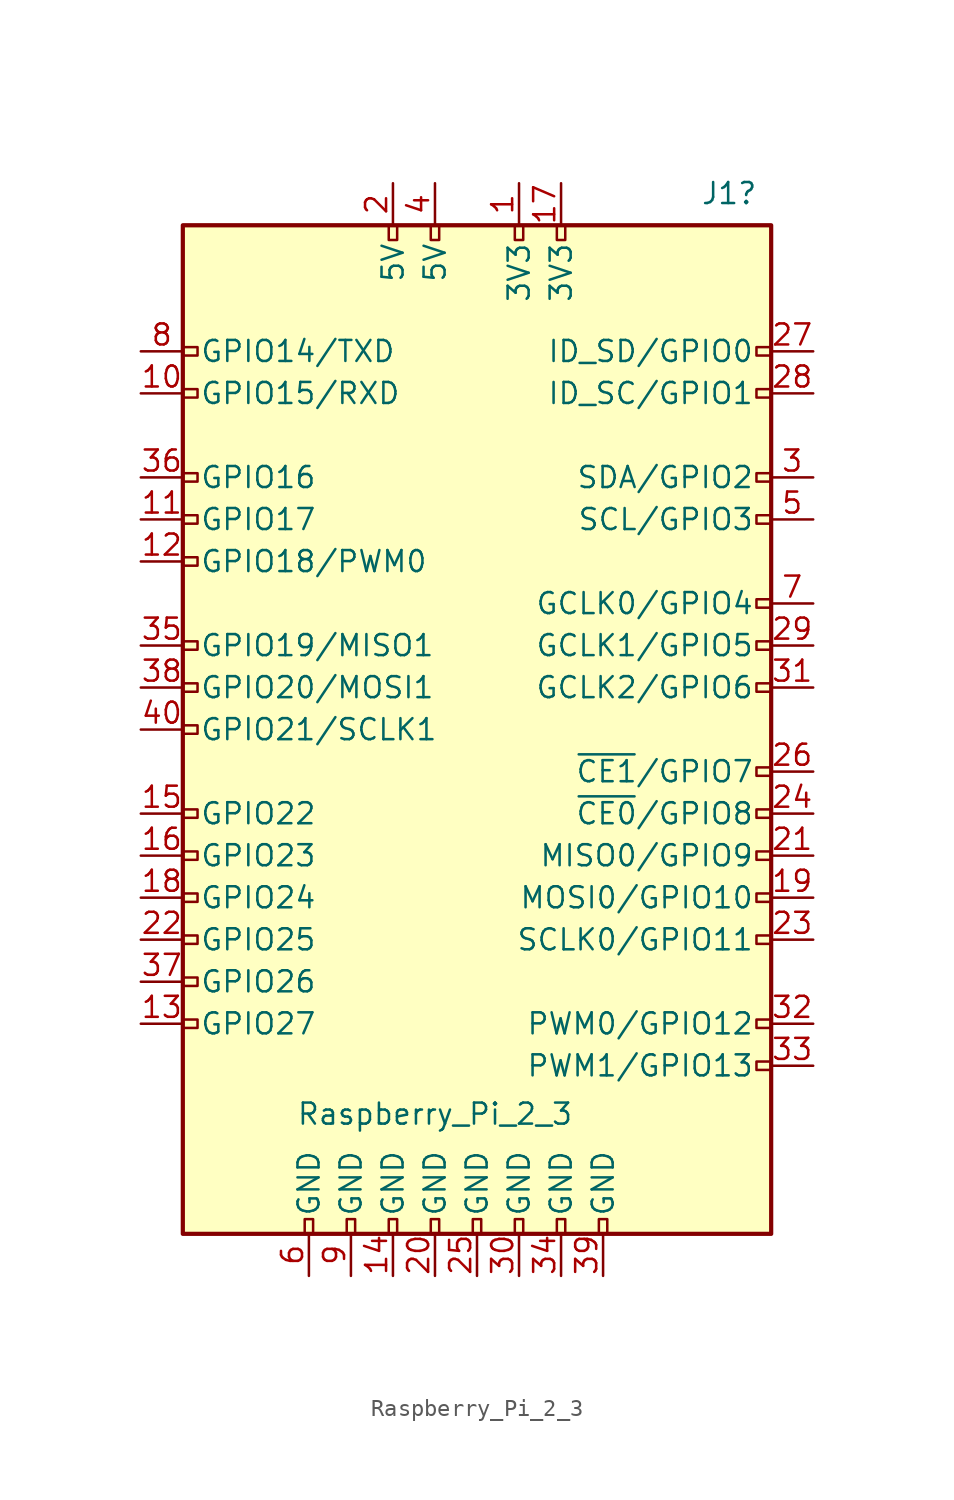
<source format=kicad_sym>
(kicad_symbol_lib
  (version 20211014)
  (generator kicad_symbol_editor)
  (symbol "Raspberry_Pi_2_3"
    (pin_names
      (offset 1.016))
    (property "Reference" "J1"
      (at 15.24 32.404 0)
      (effects (font (size 1.27 1.27))))
    (property "Value" "Raspberry_Pi_2_3"
      (at -2.54 -23.235 0)
      (effects (font (size 1.27 1.27))))
    (symbol "Raspberry_Pi_2_3_0_1"
      (rectangle (start -17.78 30.48) (end 17.78 -30.48) (stroke (width 0.254) (type default) (color 0 0 0 0)) (fill (type background))))
    (symbol "Raspberry_Pi_2_3_1_1"
      (rectangle (start -16.891 -17.526) (end -17.78 -18.034) (stroke (width 0) (type default) (color 0 0 0 0)) (fill (type none)))
      (rectangle (start -16.891 -14.986) (end -17.78 -15.494) (stroke (width 0) (type default) (color 0 0 0 0)) (fill (type none)))
      (rectangle (start -16.891 -12.446) (end -17.78 -12.954) (stroke (width 0) (type default) (color 0 0 0 0)) (fill (type none)))
      (rectangle (start -16.891 -9.906) (end -17.78 -10.414) (stroke (width 0) (type default) (color 0 0 0 0)) (fill (type none)))
      (rectangle (start -16.891 -7.366) (end -17.78 -7.874) (stroke (width 0) (type default) (color 0 0 0 0)) (fill (type none)))
      (rectangle (start -16.891 -4.826) (end -17.78 -5.334) (stroke (width 0) (type default) (color 0 0 0 0)) (fill (type none)))
      (rectangle (start -16.891 0.254) (end -17.78 -0.254) (stroke (width 0) (type default) (color 0 0 0 0)) (fill (type none)))
      (rectangle (start -16.891 2.794) (end -17.78 2.286) (stroke (width 0) (type default) (color 0 0 0 0)) (fill (type none)))
      (rectangle (start -16.891 5.334) (end -17.78 4.826) (stroke (width 0) (type default) (color 0 0 0 0)) (fill (type none)))
      (rectangle (start -16.891 10.414) (end -17.78 9.906) (stroke (width 0) (type default) (color 0 0 0 0)) (fill (type none)))
      (rectangle (start -16.891 12.954) (end -17.78 12.446) (stroke (width 0) (type default) (color 0 0 0 0)) (fill (type none)))
      (rectangle (start -16.891 15.494) (end -17.78 14.986) (stroke (width 0) (type default) (color 0 0 0 0)) (fill (type none)))
      (rectangle (start -16.891 20.574) (end -17.78 20.066) (stroke (width 0) (type default) (color 0 0 0 0)) (fill (type none)))
      (rectangle (start -16.891 23.114) (end -17.78 22.606) (stroke (width 0) (type default) (color 0 0 0 0)) (fill (type none)))
      (rectangle (start -10.414 -29.591) (end -9.906 -30.48) (stroke (width 0) (type default) (color 0 0 0 0)) (fill (type none)))
      (rectangle (start -7.874 -29.591) (end -7.366 -30.48) (stroke (width 0) (type default) (color 0 0 0 0)) (fill (type none)))
      (rectangle (start -5.334 -29.591) (end -4.826 -30.48) (stroke (width 0) (type default) (color 0 0 0 0)) (fill (type none)))
      (rectangle (start -5.334 30.48) (end -4.826 29.591) (stroke (width 0) (type default) (color 0 0 0 0)) (fill (type none)))
      (rectangle (start -2.794 -29.591) (end -2.286 -30.48) (stroke (width 0) (type default) (color 0 0 0 0)) (fill (type none)))
      (rectangle (start -2.794 30.48) (end -2.286 29.591) (stroke (width 0) (type default) (color 0 0 0 0)) (fill (type none)))
      (rectangle (start -0.254 -29.591) (end 0.254 -30.48) (stroke (width 0) (type default) (color 0 0 0 0)) (fill (type none)))
      (rectangle (start 2.286 -29.591) (end 2.794 -30.48) (stroke (width 0) (type default) (color 0 0 0 0)) (fill (type none)))
      (rectangle (start 2.286 30.48) (end 2.794 29.591) (stroke (width 0) (type default) (color 0 0 0 0)) (fill (type none)))
      (rectangle (start 4.826 -29.591) (end 5.334 -30.48) (stroke (width 0) (type default) (color 0 0 0 0)) (fill (type none)))
      (rectangle (start 4.826 30.48) (end 5.334 29.591) (stroke (width 0) (type default) (color 0 0 0 0)) (fill (type none)))
      (rectangle (start 7.366 -29.591) (end 7.874 -30.48) (stroke (width 0) (type default) (color 0 0 0 0)) (fill (type none)))
      (rectangle (start 17.78 -20.066) (end 16.891 -20.574) (stroke (width 0) (type default) (color 0 0 0 0)) (fill (type none)))
      (rectangle (start 17.78 -17.526) (end 16.891 -18.034) (stroke (width 0) (type default) (color 0 0 0 0)) (fill (type none)))
      (rectangle (start 17.78 -12.446) (end 16.891 -12.954) (stroke (width 0) (type default) (color 0 0 0 0)) (fill (type none)))
      (rectangle (start 17.78 -9.906) (end 16.891 -10.414) (stroke (width 0) (type default) (color 0 0 0 0)) (fill (type none)))
      (rectangle (start 17.78 -7.366) (end 16.891 -7.874) (stroke (width 0) (type default) (color 0 0 0 0)) (fill (type none)))
      (rectangle (start 17.78 -4.826) (end 16.891 -5.334) (stroke (width 0) (type default) (color 0 0 0 0)) (fill (type none)))
      (rectangle (start 17.78 -2.286) (end 16.891 -2.794) (stroke (width 0) (type default) (color 0 0 0 0)) (fill (type none)))
      (rectangle (start 17.78 2.794) (end 16.891 2.286) (stroke (width 0) (type default) (color 0 0 0 0)) (fill (type none)))
      (rectangle (start 17.78 5.334) (end 16.891 4.826) (stroke (width 0) (type default) (color 0 0 0 0)) (fill (type none)))
      (rectangle (start 17.78 7.874) (end 16.891 7.366) (stroke (width 0) (type default) (color 0 0 0 0)) (fill (type none)))
      (rectangle (start 17.78 12.954) (end 16.891 12.446) (stroke (width 0) (type default) (color 0 0 0 0)) (fill (type none)))
      (rectangle (start 17.78 15.494) (end 16.891 14.986) (stroke (width 0) (type default) (color 0 0 0 0)) (fill (type none)))
      (rectangle (start 17.78 20.574) (end 16.891 20.066) (stroke (width 0) (type default) (color 0 0 0 0)) (fill (type none)))
      (rectangle (start 17.78 23.114) (end 16.891 22.606) (stroke (width 0) (type default) (color 0 0 0 0)) (fill (type none)))
      (pin power_in line (at 2.54 33.02 270) (length 2.54) (name "3V3" (effects (font (size 1.27 1.27)))) (number "1" (effects (font (size 1.27 1.27)))))
      (pin bidirectional line (at -20.32 20.32 0) (length 2.54) (name "GPIO15/RXD" (effects (font (size 1.27 1.27)))) (number "10" (effects (font (size 1.27 1.27)))))
      (pin bidirectional line (at -20.32 12.7 0) (length 2.54) (name "GPIO17" (effects (font (size 1.27 1.27)))) (number "11" (effects (font (size 1.27 1.27)))))
      (pin bidirectional line (at -20.32 10.16 0) (length 2.54) (name "GPIO18/PWM0" (effects (font (size 1.27 1.27)))) (number "12" (effects (font (size 1.27 1.27)))))
      (pin bidirectional line (at -20.32 -17.78 0) (length 2.54) (name "GPIO27" (effects (font (size 1.27 1.27)))) (number "13" (effects (font (size 1.27 1.27)))))
      (pin power_in line (at -5.08 -33.02 90) (length 2.54) (name "GND" (effects (font (size 1.27 1.27)))) (number "14" (effects (font (size 1.27 1.27)))))
      (pin bidirectional line (at -20.32 -5.08 0) (length 2.54) (name "GPIO22" (effects (font (size 1.27 1.27)))) (number "15" (effects (font (size 1.27 1.27)))))
      (pin bidirectional line (at -20.32 -7.62 0) (length 2.54) (name "GPIO23" (effects (font (size 1.27 1.27)))) (number "16" (effects (font (size 1.27 1.27)))))
      (pin power_in line (at 5.08 33.02 270) (length 2.54) (name "3V3" (effects (font (size 1.27 1.27)))) (number "17" (effects (font (size 1.27 1.27)))))
      (pin bidirectional line (at -20.32 -10.16 0) (length 2.54) (name "GPIO24" (effects (font (size 1.27 1.27)))) (number "18" (effects (font (size 1.27 1.27)))))
      (pin bidirectional line (at 20.32 -10.16 180) (length 2.54) (name "MOSI0/GPIO10" (effects (font (size 1.27 1.27)))) (number "19" (effects (font (size 1.27 1.27)))))
      (pin power_in line (at -5.08 33.02 270) (length 2.54) (name "5V" (effects (font (size 1.27 1.27)))) (number "2" (effects (font (size 1.27 1.27)))))
      (pin power_in line (at -2.54 -33.02 90) (length 2.54) (name "GND" (effects (font (size 1.27 1.27)))) (number "20" (effects (font (size 1.27 1.27)))))
      (pin bidirectional line (at 20.32 -7.62 180) (length 2.54) (name "MISO0/GPIO9" (effects (font (size 1.27 1.27)))) (number "21" (effects (font (size 1.27 1.27)))))
      (pin bidirectional line (at -20.32 -12.7 0) (length 2.54) (name "GPIO25" (effects (font (size 1.27 1.27)))) (number "22" (effects (font (size 1.27 1.27)))))
      (pin bidirectional line (at 20.32 -12.7 180) (length 2.54) (name "SCLK0/GPIO11" (effects (font (size 1.27 1.27)))) (number "23" (effects (font (size 1.27 1.27)))))
      (pin bidirectional line (at 20.32 -5.08 180) (length 2.54) (name "~{CE0}/GPIO8" (effects (font (size 1.27 1.27)))) (number "24" (effects (font (size 1.27 1.27)))))
      (pin power_in line (at 0 -33.02 90) (length 2.54) (name "GND" (effects (font (size 1.27 1.27)))) (number "25" (effects (font (size 1.27 1.27)))))
      (pin bidirectional line (at 20.32 -2.54 180) (length 2.54) (name "~{CE1}/GPIO7" (effects (font (size 1.27 1.27)))) (number "26" (effects (font (size 1.27 1.27)))))
      (pin bidirectional line (at 20.32 22.86 180) (length 2.54) (name "ID_SD/GPIO0" (effects (font (size 1.27 1.27)))) (number "27" (effects (font (size 1.27 1.27)))))
      (pin bidirectional line (at 20.32 20.32 180) (length 2.54) (name "ID_SC/GPIO1" (effects (font (size 1.27 1.27)))) (number "28" (effects (font (size 1.27 1.27)))))
      (pin bidirectional line (at 20.32 5.08 180) (length 2.54) (name "GCLK1/GPIO5" (effects (font (size 1.27 1.27)))) (number "29" (effects (font (size 1.27 1.27)))))
      (pin bidirectional line (at 20.32 15.24 180) (length 2.54) (name "SDA/GPIO2" (effects (font (size 1.27 1.27)))) (number "3" (effects (font (size 1.27 1.27)))))
      (pin power_in line (at 2.54 -33.02 90) (length 2.54) (name "GND" (effects (font (size 1.27 1.27)))) (number "30" (effects (font (size 1.27 1.27)))))
      (pin bidirectional line (at 20.32 2.54 180) (length 2.54) (name "GCLK2/GPIO6" (effects (font (size 1.27 1.27)))) (number "31" (effects (font (size 1.27 1.27)))))
      (pin bidirectional line (at 20.32 -17.78 180) (length 2.54) (name "PWM0/GPIO12" (effects (font (size 1.27 1.27)))) (number "32" (effects (font (size 1.27 1.27)))))
      (pin bidirectional line (at 20.32 -20.32 180) (length 2.54) (name "PWM1/GPIO13" (effects (font (size 1.27 1.27)))) (number "33" (effects (font (size 1.27 1.27)))))
      (pin power_in line (at 5.08 -33.02 90) (length 2.54) (name "GND" (effects (font (size 1.27 1.27)))) (number "34" (effects (font (size 1.27 1.27)))))
      (pin bidirectional line (at -20.32 5.08 0) (length 2.54) (name "GPIO19/MISO1" (effects (font (size 1.27 1.27)))) (number "35" (effects (font (size 1.27 1.27)))))
      (pin bidirectional line (at -20.32 15.24 0) (length 2.54) (name "GPIO16" (effects (font (size 1.27 1.27)))) (number "36" (effects (font (size 1.27 1.27)))))
      (pin bidirectional line (at -20.32 -15.24 0) (length 2.54) (name "GPIO26" (effects (font (size 1.27 1.27)))) (number "37" (effects (font (size 1.27 1.27)))))
      (pin bidirectional line (at -20.32 2.54 0) (length 2.54) (name "GPIO20/MOSI1" (effects (font (size 1.27 1.27)))) (number "38" (effects (font (size 1.27 1.27)))))
      (pin power_in line (at 7.62 -33.02 90) (length 2.54) (name "GND" (effects (font (size 1.27 1.27)))) (number "39" (effects (font (size 1.27 1.27)))))
      (pin power_in line (at -2.54 33.02 270) (length 2.54) (name "5V" (effects (font (size 1.27 1.27)))) (number "4" (effects (font (size 1.27 1.27)))))
      (pin bidirectional line (at -20.32 0 0) (length 2.54) (name "GPIO21/SCLK1" (effects (font (size 1.27 1.27)))) (number "40" (effects (font (size 1.27 1.27)))))
      (pin bidirectional line (at 20.32 12.7 180) (length 2.54) (name "SCL/GPIO3" (effects (font (size 1.27 1.27)))) (number "5" (effects (font (size 1.27 1.27)))))
      (pin power_in line (at -10.16 -33.02 90) (length 2.54) (name "GND" (effects (font (size 1.27 1.27)))) (number "6" (effects (font (size 1.27 1.27)))))
      (pin bidirectional line (at 20.32 7.62 180) (length 2.54) (name "GCLK0/GPIO4" (effects (font (size 1.27 1.27)))) (number "7" (effects (font (size 1.27 1.27)))))
      (pin bidirectional line (at -20.32 22.86 0) (length 2.54) (name "GPIO14/TXD" (effects (font (size 1.27 1.27)))) (number "8" (effects (font (size 1.27 1.27)))))
      (pin power_in line (at -7.62 -33.02 90) (length 2.54) (name "GND" (effects (font (size 1.27 1.27)))) (number "9" (effects (font (size 1.27 1.27))))))))
</source>
